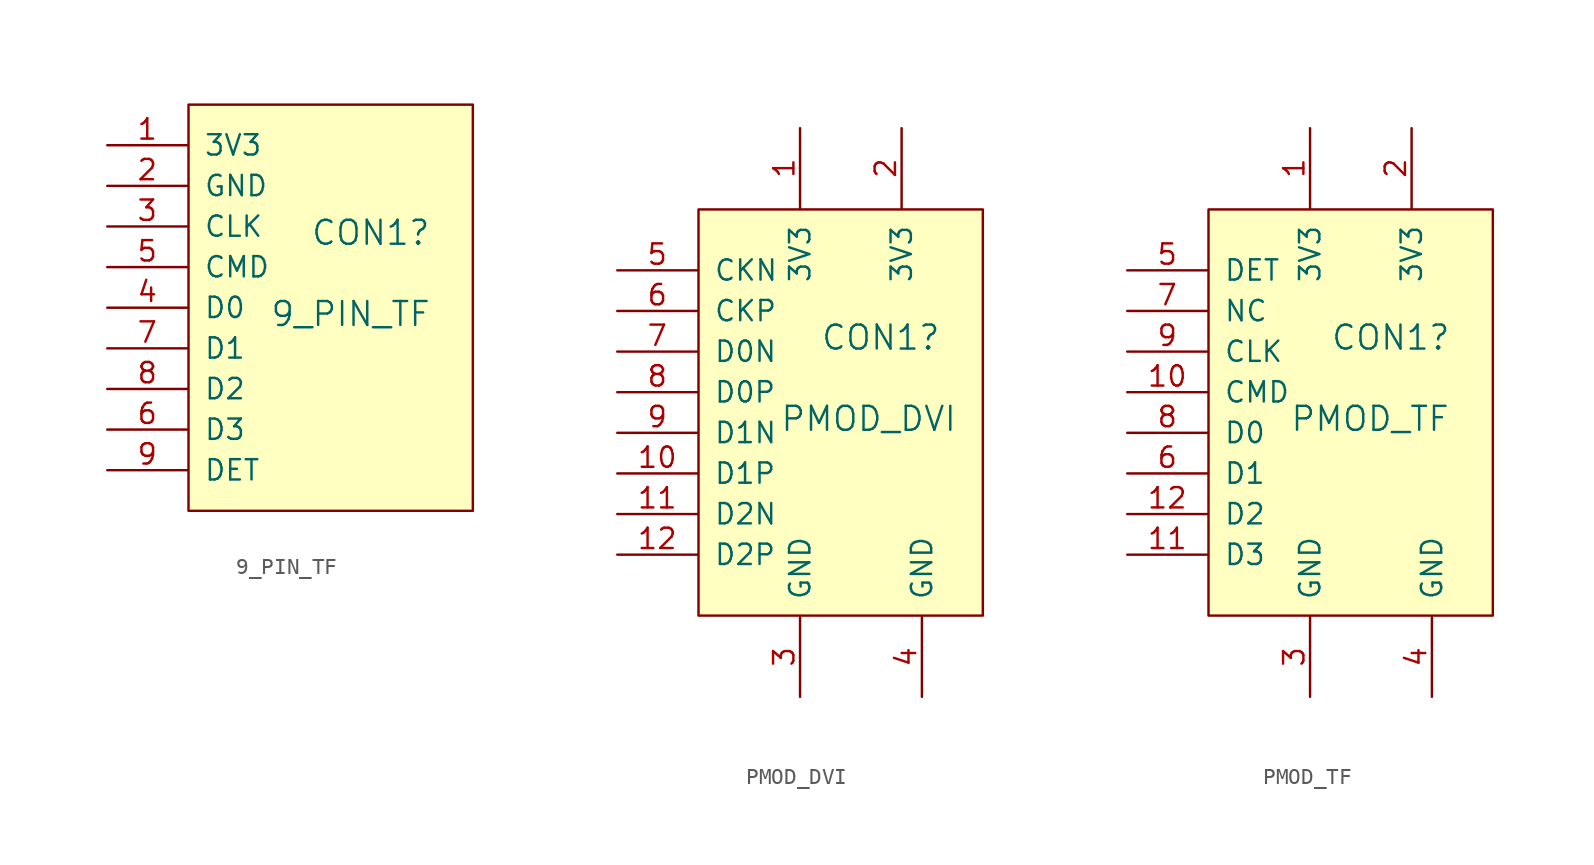
<source format=kicad_sym>
(kicad_symbol_lib
  (version 20211014)
  (generator kicad_symbol_editor)
  (symbol "9_PIN_TF"
    (pin_names
      (offset 1.016))
    (property "Reference" "CON1"
      (at -1.27 3.81 0)
      (effects (font (size 1.499 1.499)) (justify left bottom)))
    (property "Value" "9_PIN_TF"
      (at -3.81 -1.27 0)
      (effects (font (size 1.499 1.499)) (justify left bottom)))
    (symbol "9_PIN_TF_1_0"
      (pin bidirectional line (at -13.97 10.16 0) (length 5) (name "3V3" (effects (font (size 1.27 1.27)))) (number "1" (effects (font (size 1.27 1.27)))))
      (pin bidirectional line (at -13.97 7.62 0) (length 5) (name "GND" (effects (font (size 1.27 1.27)))) (number "2" (effects (font (size 1.27 1.27)))))
      (pin bidirectional line (at -13.97 5.08 0) (length 5) (name "CLK" (effects (font (size 1.27 1.27)))) (number "3" (effects (font (size 1.27 1.27)))))
      (pin bidirectional line (at -13.97 0 0) (length 5) (name "D0" (effects (font (size 1.27 1.27)))) (number "4" (effects (font (size 1.27 1.27)))))
      (pin bidirectional line (at -13.97 2.54 0) (length 5) (name "CMD" (effects (font (size 1.27 1.27)))) (number "5" (effects (font (size 1.27 1.27)))))
      (pin bidirectional line (at -13.97 -7.62 0) (length 5) (name "D3" (effects (font (size 1.27 1.27)))) (number "6" (effects (font (size 1.27 1.27)))))
      (pin bidirectional line (at -13.97 -2.54 0) (length 5) (name "D1" (effects (font (size 1.27 1.27)))) (number "7" (effects (font (size 1.27 1.27)))))
      (pin bidirectional line (at -13.97 -5.08 0) (length 5) (name "D2" (effects (font (size 1.27 1.27)))) (number "8" (effects (font (size 1.27 1.27)))))
      (pin bidirectional line (at -13.97 -10.16 0) (length 5) (name "DET" (effects (font (size 1.27 1.27)))) (number "9" (effects (font (size 1.27 1.27))))))
    (symbol "9_PIN_TF_1_1"
      (rectangle (start -8.89 12.7) (end 8.89 -12.7) (stroke (width 0) (type default) (color 0 0 0 0)) (fill (type background)))))
  (symbol "PMOD_DVI"
    (pin_names
      (offset 1.016))
    (property "Reference" "CON1"
      (at -1.27 3.81 0)
      (effects (font (size 1.499 1.499)) (justify left bottom)))
    (property "Value" "PMOD_DVI"
      (at -3.81 -1.27 0)
      (effects (font (size 1.499 1.499)) (justify left bottom)))
    (symbol "PMOD_DVI_1_0"
      (pin bidirectional line (at -2.54 17.78 270) (length 5) (name "3V3" (effects (font (size 1.27 1.27)))) (number "1" (effects (font (size 1.27 1.27)))))
      (pin bidirectional line (at -13.97 -3.81 0) (length 5) (name "D1P" (effects (font (size 1.27 1.27)))) (number "10" (effects (font (size 1.27 1.27)))))
      (pin bidirectional line (at -13.97 -6.35 0) (length 5) (name "D2N" (effects (font (size 1.27 1.27)))) (number "11" (effects (font (size 1.27 1.27)))))
      (pin bidirectional line (at -13.97 -8.89 0) (length 5) (name "D2P" (effects (font (size 1.27 1.27)))) (number "12" (effects (font (size 1.27 1.27)))))
      (pin bidirectional line (at 3.81 17.78 270) (length 5) (name "3V3" (effects (font (size 1.27 1.27)))) (number "2" (effects (font (size 1.27 1.27)))))
      (pin bidirectional line (at -2.54 -17.78 90) (length 5) (name "GND" (effects (font (size 1.27 1.27)))) (number "3" (effects (font (size 1.27 1.27)))))
      (pin bidirectional line (at 5.08 -17.78 90) (length 5) (name "GND" (effects (font (size 1.27 1.27)))) (number "4" (effects (font (size 1.27 1.27)))))
      (pin bidirectional line (at -13.97 8.89 0) (length 5) (name "CKN" (effects (font (size 1.27 1.27)))) (number "5" (effects (font (size 1.27 1.27)))))
      (pin bidirectional line (at -13.97 6.35 0) (length 5) (name "CKP" (effects (font (size 1.27 1.27)))) (number "6" (effects (font (size 1.27 1.27)))))
      (pin bidirectional line (at -13.97 3.81 0) (length 5) (name "D0N" (effects (font (size 1.27 1.27)))) (number "7" (effects (font (size 1.27 1.27)))))
      (pin bidirectional line (at -13.97 1.27 0) (length 5) (name "D0P" (effects (font (size 1.27 1.27)))) (number "8" (effects (font (size 1.27 1.27)))))
      (pin bidirectional line (at -13.97 -1.27 0) (length 5) (name "D1N" (effects (font (size 1.27 1.27)))) (number "9" (effects (font (size 1.27 1.27))))))
    (symbol "PMOD_DVI_1_1"
      (rectangle (start -8.89 12.7) (end 8.89 -12.7) (stroke (width 0) (type default) (color 0 0 0 0)) (fill (type background)))))
  (symbol "PMOD_TF"
    (pin_names
      (offset 1.016))
    (property "Reference" "CON1"
      (at -1.27 3.81 0)
      (effects (font (size 1.499 1.499)) (justify left bottom)))
    (property "Value" "PMOD_TF"
      (at -3.81 -1.27 0)
      (effects (font (size 1.499 1.499)) (justify left bottom)))
    (symbol "PMOD_TF_1_0"
      (pin bidirectional line (at -2.54 17.78 270) (length 5) (name "3V3" (effects (font (size 1.27 1.27)))) (number "1" (effects (font (size 1.27 1.27)))))
      (pin bidirectional line (at -13.97 1.27 0) (length 5) (name "CMD" (effects (font (size 1.27 1.27)))) (number "10" (effects (font (size 1.27 1.27)))))
      (pin bidirectional line (at -13.97 -8.89 0) (length 5) (name "D3" (effects (font (size 1.27 1.27)))) (number "11" (effects (font (size 1.27 1.27)))))
      (pin bidirectional line (at -13.97 -6.35 0) (length 5) (name "D2" (effects (font (size 1.27 1.27)))) (number "12" (effects (font (size 1.27 1.27)))))
      (pin bidirectional line (at 3.81 17.78 270) (length 5) (name "3V3" (effects (font (size 1.27 1.27)))) (number "2" (effects (font (size 1.27 1.27)))))
      (pin bidirectional line (at -2.54 -17.78 90) (length 5) (name "GND" (effects (font (size 1.27 1.27)))) (number "3" (effects (font (size 1.27 1.27)))))
      (pin bidirectional line (at 5.08 -17.78 90) (length 5) (name "GND" (effects (font (size 1.27 1.27)))) (number "4" (effects (font (size 1.27 1.27)))))
      (pin bidirectional line (at -13.97 8.89 0) (length 5) (name "DET" (effects (font (size 1.27 1.27)))) (number "5" (effects (font (size 1.27 1.27)))))
      (pin bidirectional line (at -13.97 -3.81 0) (length 5) (name "D1" (effects (font (size 1.27 1.27)))) (number "6" (effects (font (size 1.27 1.27)))))
      (pin bidirectional line (at -13.97 6.35 0) (length 5) (name "NC" (effects (font (size 1.27 1.27)))) (number "7" (effects (font (size 1.27 1.27)))))
      (pin bidirectional line (at -13.97 -1.27 0) (length 5) (name "D0" (effects (font (size 1.27 1.27)))) (number "8" (effects (font (size 1.27 1.27)))))
      (pin bidirectional line (at -13.97 3.81 0) (length 5) (name "CLK" (effects (font (size 1.27 1.27)))) (number "9" (effects (font (size 1.27 1.27))))))
    (symbol "PMOD_TF_1_1"
      (rectangle (start -8.89 12.7) (end 8.89 -12.7) (stroke (width 0) (type default) (color 0 0 0 0)) (fill (type background))))))
</source>
